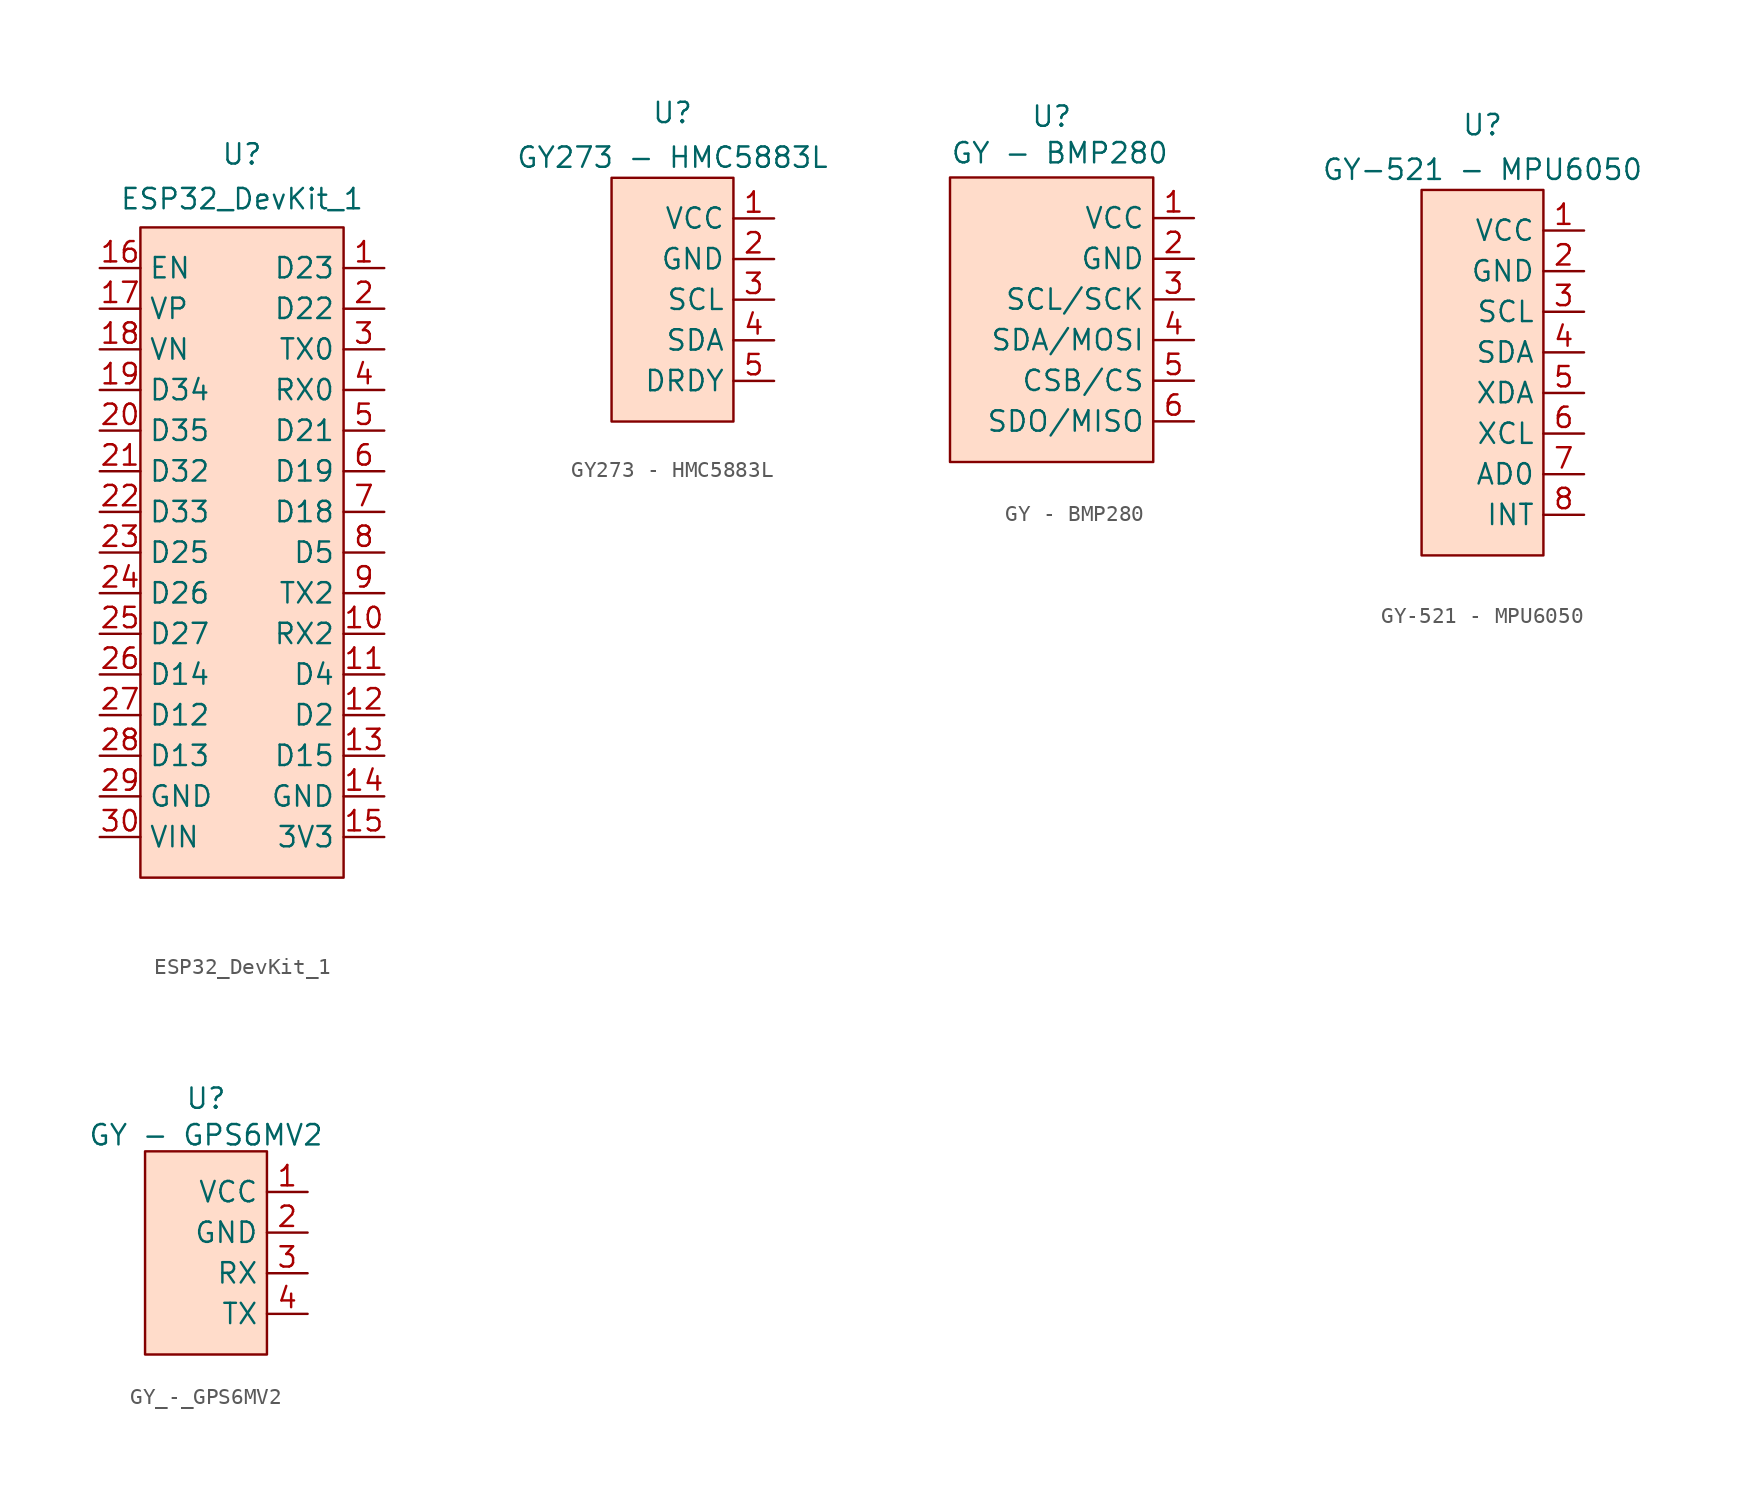
<source format=kicad_sym>
(kicad_symbol_lib
  (version 20241209)
  (generator "kicad_symbol_editor")
  (generator_version "9.0")
  (symbol "ESP32_DevKit_1"
    (property "Reference" "U"
      (at 0 24.892 0)
      (effects (font (size 1.27 1.27))))
    (property "Value" "ESP32_DevKit_1"
      (at 0 22.098 0)
      (effects (font (size 1.27 1.27))))
    (symbol "ESP32_DevKit_1_0_1"
      (rectangle (start -6.35 20.32) (end 6.35 -20.32) (stroke (width 0) (type default)) (fill (type color) (color 255 185 150 0.5))))
    (symbol "ESP32_DevKit_1_1_1"
      (pin input line (at -8.89 17.78 0) (length 2.54) (name "EN" (effects (font (size 1.27 1.27)))) (number "16" (effects (font (size 1.27 1.27)))))
      (pin input line (at -8.89 15.24 0) (length 2.54) (name "VP" (effects (font (size 1.27 1.27)))) (number "17" (effects (font (size 1.27 1.27)))))
      (pin input line (at -8.89 12.7 0) (length 2.54) (name "VN" (effects (font (size 1.27 1.27)))) (number "18" (effects (font (size 1.27 1.27)))))
      (pin input line (at -8.89 10.16 0) (length 2.54) (name "D34" (effects (font (size 1.27 1.27)))) (number "19" (effects (font (size 1.27 1.27)))))
      (pin input line (at -8.89 7.62 0) (length 2.54) (name "D35" (effects (font (size 1.27 1.27)))) (number "20" (effects (font (size 1.27 1.27)))))
      (pin input line (at -8.89 5.08 0) (length 2.54) (name "D32" (effects (font (size 1.27 1.27)))) (number "21" (effects (font (size 1.27 1.27)))))
      (pin input line (at -8.89 2.54 0) (length 2.54) (name "D33" (effects (font (size 1.27 1.27)))) (number "22" (effects (font (size 1.27 1.27)))))
      (pin input line (at -8.89 0 0) (length 2.54) (name "D25" (effects (font (size 1.27 1.27)))) (number "23" (effects (font (size 1.27 1.27)))))
      (pin input line (at -8.89 -2.54 0) (length 2.54) (name "D26" (effects (font (size 1.27 1.27)))) (number "24" (effects (font (size 1.27 1.27)))))
      (pin input line (at -8.89 -5.08 0) (length 2.54) (name "D27" (effects (font (size 1.27 1.27)))) (number "25" (effects (font (size 1.27 1.27)))))
      (pin input line (at -8.89 -7.62 0) (length 2.54) (name "D14" (effects (font (size 1.27 1.27)))) (number "26" (effects (font (size 1.27 1.27)))))
      (pin input line (at -8.89 -10.16 0) (length 2.54) (name "D12" (effects (font (size 1.27 1.27)))) (number "27" (effects (font (size 1.27 1.27)))))
      (pin input line (at -8.89 -12.7 0) (length 2.54) (name "D13" (effects (font (size 1.27 1.27)))) (number "28" (effects (font (size 1.27 1.27)))))
      (pin input line (at -8.89 -15.24 0) (length 2.54) (name "GND" (effects (font (size 1.27 1.27)))) (number "29" (effects (font (size 1.27 1.27)))))
      (pin input line (at -8.89 -17.78 0) (length 2.54) (name "VIN" (effects (font (size 1.27 1.27)))) (number "30" (effects (font (size 1.27 1.27)))))
      (pin input line (at 8.89 17.78 180) (length 2.54) (name "D23" (effects (font (size 1.27 1.27)))) (number "1" (effects (font (size 1.27 1.27)))))
      (pin input line (at 8.89 15.24 180) (length 2.54) (name "D22" (effects (font (size 1.27 1.27)))) (number "2" (effects (font (size 1.27 1.27)))))
      (pin input line (at 8.89 12.7 180) (length 2.54) (name "TX0" (effects (font (size 1.27 1.27)))) (number "3" (effects (font (size 1.27 1.27)))))
      (pin input line (at 8.89 10.16 180) (length 2.54) (name "RX0" (effects (font (size 1.27 1.27)))) (number "4" (effects (font (size 1.27 1.27)))))
      (pin input line (at 8.89 7.62 180) (length 2.54) (name "D21" (effects (font (size 1.27 1.27)))) (number "5" (effects (font (size 1.27 1.27)))))
      (pin input line (at 8.89 5.08 180) (length 2.54) (name "D19" (effects (font (size 1.27 1.27)))) (number "6" (effects (font (size 1.27 1.27)))))
      (pin input line (at 8.89 2.54 180) (length 2.54) (name "D18" (effects (font (size 1.27 1.27)))) (number "7" (effects (font (size 1.27 1.27)))))
      (pin input line (at 8.89 0 180) (length 2.54) (name "D5" (effects (font (size 1.27 1.27)))) (number "8" (effects (font (size 1.27 1.27)))))
      (pin input line (at 8.89 -2.54 180) (length 2.54) (name "TX2" (effects (font (size 1.27 1.27)))) (number "9" (effects (font (size 1.27 1.27)))))
      (pin input line (at 8.89 -5.08 180) (length 2.54) (name "RX2" (effects (font (size 1.27 1.27)))) (number "10" (effects (font (size 1.27 1.27)))))
      (pin input line (at 8.89 -7.62 180) (length 2.54) (name "D4" (effects (font (size 1.27 1.27)))) (number "11" (effects (font (size 1.27 1.27)))))
      (pin input line (at 8.89 -10.16 180) (length 2.54) (name "D2" (effects (font (size 1.27 1.27)))) (number "12" (effects (font (size 1.27 1.27)))))
      (pin input line (at 8.89 -12.7 180) (length 2.54) (name "D15" (effects (font (size 1.27 1.27)))) (number "13" (effects (font (size 1.27 1.27)))))
      (pin input line (at 8.89 -15.24 180) (length 2.54) (name "GND" (effects (font (size 1.27 1.27)))) (number "14" (effects (font (size 1.27 1.27)))))
      (pin input line (at 8.89 -17.78 180) (length 2.54) (name "3V3" (effects (font (size 1.27 1.27)))) (number "15" (effects (font (size 1.27 1.27)))))))
  (symbol "GY273 - HMC5883L"
    (property "Reference" "U"
      (at 0 11.684 0)
      (effects (font (size 1.27 1.27))))
    (property "Value" "GY273 - HMC5883L"
      (at 0 8.89 0)
      (effects (font (size 1.27 1.27))))
    (symbol "GY273 - HMC5883L_0_1"
      (rectangle (start -3.81 7.62) (end 3.81 -7.62) (stroke (width 0) (type default)) (fill (type color) (color 255 185 150 0.502))))
    (symbol "GY273 - HMC5883L_1_1"
      (pin power_in line (at 6.35 5.08 180) (length 2.54) (name "VCC" (effects (font (size 1.27 1.27)))) (number "1" (effects (font (size 1.27 1.27)))))
      (pin power_in line (at 6.35 2.54 180) (length 2.54) (name "GND" (effects (font (size 1.27 1.27)))) (number "2" (effects (font (size 1.27 1.27)))))
      (pin input line (at 6.35 0 180) (length 2.54) (name "SCL" (effects (font (size 1.27 1.27)))) (number "3" (effects (font (size 1.27 1.27)))))
      (pin bidirectional line (at 6.35 -2.54 180) (length 2.54) (name "SDA" (effects (font (size 1.27 1.27)))) (number "4" (effects (font (size 1.27 1.27)))))
      (pin input line (at 6.35 -5.08 180) (length 2.54) (name "DRDY" (effects (font (size 1.27 1.27)))) (number "5" (effects (font (size 1.27 1.27)))))))
  (symbol "GY - BMP280"
    (property "Reference" "U"
      (at 0 12.7 0)
      (effects (font (size 1.27 1.27))))
    (property "Value" "GY - BMP280"
      (at 0.508 10.414 0)
      (effects (font (size 1.27 1.27))))
    (symbol "GY - BMP280_0_1"
      (rectangle (start -6.35 8.89) (end 6.35 -8.89) (stroke (width 0) (type default)) (fill (type color) (color 255 185 150 0.502))))
    (symbol "GY - BMP280_1_1"
      (pin power_in line (at 8.89 6.35 180) (length 2.54) (name "VCC" (effects (font (size 1.27 1.27)))) (number "1" (effects (font (size 1.27 1.27)))))
      (pin power_in line (at 8.89 3.81 180) (length 2.54) (name "GND" (effects (font (size 1.27 1.27)))) (number "2" (effects (font (size 1.27 1.27)))))
      (pin input line (at 8.89 1.27 180) (length 2.54) (name "SCL/SCK" (effects (font (size 1.27 1.27)))) (number "3" (effects (font (size 1.27 1.27)))))
      (pin bidirectional line (at 8.89 -1.27 180) (length 2.54) (name "SDA/MOSI" (effects (font (size 1.27 1.27)))) (number "4" (effects (font (size 1.27 1.27)))))
      (pin input line (at 8.89 -3.81 180) (length 2.54) (name "CSB/CS" (effects (font (size 1.27 1.27)))) (number "5" (effects (font (size 1.27 1.27)))))
      (pin bidirectional line (at 8.89 -6.35 180) (length 2.54) (name "SDO/MISO" (effects (font (size 1.27 1.27)))) (number "6" (effects (font (size 1.27 1.27)))))))
  (symbol "GY-521 - MPU6050"
    (property "Reference" "U"
      (at 0 15.494 0)
      (effects (font (size 1.27 1.27))))
    (property "Value" "GY-521 - MPU6050"
      (at 0 12.7 0)
      (effects (font (size 1.27 1.27))))
    (symbol "GY-521 - MPU6050_0_1"
      (rectangle (start -3.81 11.43) (end 3.81 -11.43) (stroke (width 0) (type default)) (fill (type color) (color 255 185 150 0.502))))
    (symbol "GY-521 - MPU6050_1_1"
      (pin power_in line (at 6.35 8.89 180) (length 2.54) (name "VCC" (effects (font (size 1.27 1.27)))) (number "1" (effects (font (size 1.27 1.27)))))
      (pin power_in line (at 6.35 6.35 180) (length 2.54) (name "GND" (effects (font (size 1.27 1.27)))) (number "2" (effects (font (size 1.27 1.27)))))
      (pin input line (at 6.35 3.81 180) (length 2.54) (name "SCL" (effects (font (size 1.27 1.27)))) (number "3" (effects (font (size 1.27 1.27)))))
      (pin bidirectional line (at 6.35 1.27 180) (length 2.54) (name "SDA" (effects (font (size 1.27 1.27)))) (number "4" (effects (font (size 1.27 1.27)))))
      (pin bidirectional line (at 6.35 -1.27 180) (length 2.54) (name "XDA" (effects (font (size 1.27 1.27)))) (number "5" (effects (font (size 1.27 1.27)))))
      (pin output line (at 6.35 -3.81 180) (length 2.54) (name "XCL" (effects (font (size 1.27 1.27)))) (number "6" (effects (font (size 1.27 1.27)))))
      (pin input line (at 6.35 -6.35 180) (length 2.54) (name "AD0" (effects (font (size 1.27 1.27)))) (number "7" (effects (font (size 1.27 1.27)))))
      (pin output line (at 6.35 -8.89 180) (length 2.54) (name "INT" (effects (font (size 1.27 1.27)))) (number "8" (effects (font (size 1.27 1.27)))))))
  (symbol "GY_-_GPS6MV2"
    (property "Reference" "U"
      (at 0 9.652 0)
      (effects (font (size 1.27 1.27))))
    (property "Value" "GY - GPS6MV2"
      (at 0 7.366 0)
      (effects (font (size 1.27 1.27))))
    (symbol "GY_-_GPS6MV2_0_1"
      (rectangle (start -3.81 6.35) (end 3.81 -6.35) (stroke (width 0) (type default)) (fill (type color) (color 255 185 150 0.502))))
    (symbol "GY_-_GPS6MV2_1_1"
      (pin power_in line (at 6.35 3.81 180) (length 2.54) (name "VCC" (effects (font (size 1.27 1.27)))) (number "1" (effects (font (size 1.27 1.27)))))
      (pin power_in line (at 6.35 1.27 180) (length 2.54) (name "GND" (effects (font (size 1.27 1.27)))) (number "2" (effects (font (size 1.27 1.27)))))
      (pin input line (at 6.35 -1.27 180) (length 2.54) (name "RX" (effects (font (size 1.27 1.27)))) (number "3" (effects (font (size 1.27 1.27)))))
      (pin output line (at 6.35 -3.81 180) (length 2.54) (name "TX" (effects (font (size 1.27 1.27)))) (number "4" (effects (font (size 1.27 1.27))))))))
</source>
